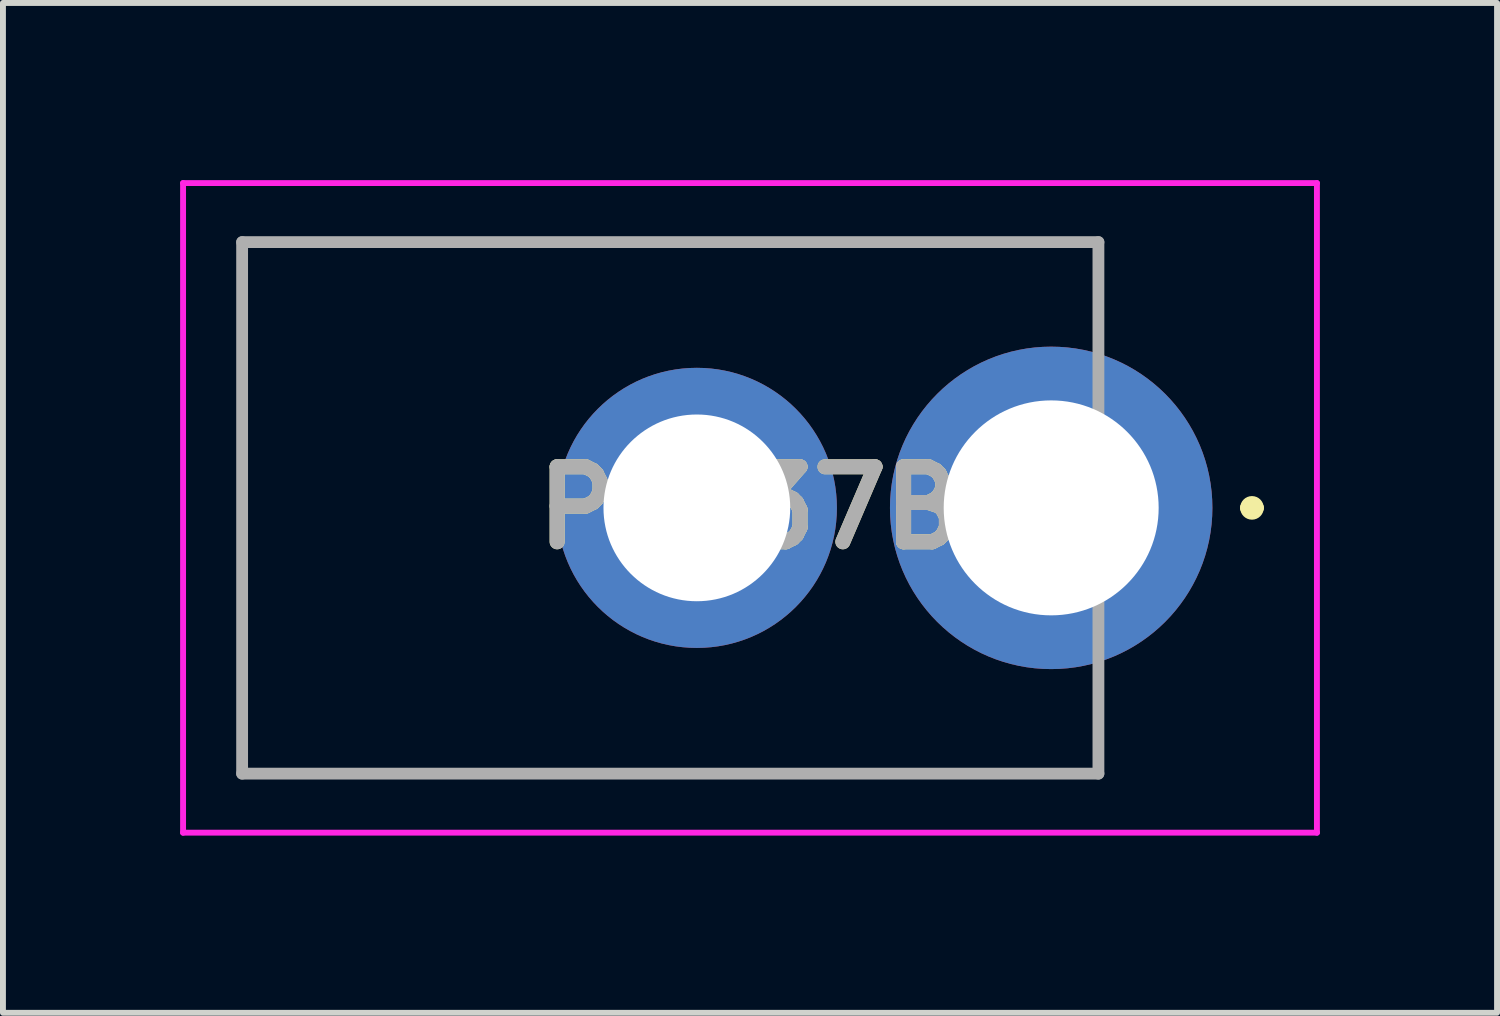
<source format=kicad_pcb>
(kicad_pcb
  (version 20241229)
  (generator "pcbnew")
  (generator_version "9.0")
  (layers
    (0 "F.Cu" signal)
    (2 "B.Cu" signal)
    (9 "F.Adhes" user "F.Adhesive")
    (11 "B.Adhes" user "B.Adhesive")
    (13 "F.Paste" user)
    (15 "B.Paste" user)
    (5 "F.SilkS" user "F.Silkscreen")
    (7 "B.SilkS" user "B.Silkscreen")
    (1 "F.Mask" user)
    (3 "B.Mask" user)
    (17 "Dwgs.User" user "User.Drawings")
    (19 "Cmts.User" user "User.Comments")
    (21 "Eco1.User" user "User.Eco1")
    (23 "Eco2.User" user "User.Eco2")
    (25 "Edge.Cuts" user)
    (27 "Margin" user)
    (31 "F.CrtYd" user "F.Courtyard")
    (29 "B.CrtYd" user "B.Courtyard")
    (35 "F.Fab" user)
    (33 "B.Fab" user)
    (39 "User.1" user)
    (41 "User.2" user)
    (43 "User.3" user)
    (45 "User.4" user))
  (footprint "PJ037B"
    (layer "F.Cu")
    (at 14.75 5.55)
    (property "Reference" "PJ037B" (at -5.1 0 0) (layer "F.SilkS") (effects (font (size 1.27 1.27) (thickness 0.254))))
    (attr through_hole)
    (fp_line (start -13.7 -4.5) (end 0.8 -4.5) (stroke (width 0.1) (type solid)) (layer "F.SilkS"))
    (fp_line (start -13.7 4.5) (end -13.7 -4.5) (stroke (width 0.1) (type solid)) (layer "F.SilkS"))
    (fp_line (start 0.8 -4.5) (end 0.8 -3) (stroke (width 0.1) (type solid)) (layer "F.SilkS"))
    (fp_line (start 0.8 3.5) (end 0.8 3) (stroke (width 0.1) (type solid)) (layer "F.SilkS"))
    (fp_line (start 0.8 3.5) (end 0.8 4.5) (stroke (width 0.1) (type solid)) (layer "F.SilkS"))
    (fp_line (start 0.8 4.5) (end -13.7 4.5) (stroke (width 0.1) (type solid)) (layer "F.SilkS"))
    (fp_line (start 3.3 0) (end 3.3 0) (stroke (width 0.2) (type solid)) (layer "F.SilkS"))
    (fp_line (start 3.5 0) (end 3.5 0) (stroke (width 0.2) (type solid)) (layer "F.SilkS"))
    (fp_arc (start 3.3 0) (mid 3.4 -0.1) (end 3.5 0) (stroke (width 0.2) (type solid)) (layer "F.SilkS"))
    (fp_arc (start 3.5 0) (mid 3.4 0.1) (end 3.3 0) (stroke (width 0.2) (type solid)) (layer "F.SilkS"))
    (fp_line (start -14.7 -5.5) (end 4.5 -5.5) (stroke (width 0.1) (type solid)) (layer "F.CrtYd"))
    (fp_line (start -14.7 5.5) (end -14.7 -5.5) (stroke (width 0.1) (type solid)) (layer "F.CrtYd"))
    (fp_line (start 4.5 -5.5) (end 4.5 5.5) (stroke (width 0.1) (type solid)) (layer "F.CrtYd"))
    (fp_line (start 4.5 5.5) (end -14.7 5.5) (stroke (width 0.1) (type solid)) (layer "F.CrtYd"))
    (fp_line (start -13.7 -4.5) (end 0.8 -4.5) (stroke (width 0.2) (type solid)) (layer "F.Fab"))
    (fp_line (start -13.7 4.5) (end -13.7 -4.5) (stroke (width 0.2) (type solid)) (layer "F.Fab"))
    (fp_line (start 0.8 -4.5) (end 0.8 4.5) (stroke (width 0.2) (type solid)) (layer "F.Fab"))
    (fp_line (start 0.8 4.5) (end -13.7 4.5) (stroke (width 0.2) (type solid)) (layer "F.Fab"))
    (fp_text user "${REFERENCE}" (at -5.1 0 0) (layer "F.Fab") (effects (font (size 1.27 1.27) (thickness 0.254))))
    (pad "1" thru_hole circle (at 0 0) (size 5.46 5.46) (drill 3.64) (layers "*.Cu" "*.Mask"))
    (pad "2" thru_hole circle (at -6 0) (size 4.743 4.743) (drill 3.162) (layers "*.Cu" "*.Mask")))
  (gr_rect
    (start -3 -3)
    (end 22.3 14.1)
    (stroke (width 0.1) (type default))
    (fill no)
    (layer "Edge.Cuts")))
</source>
